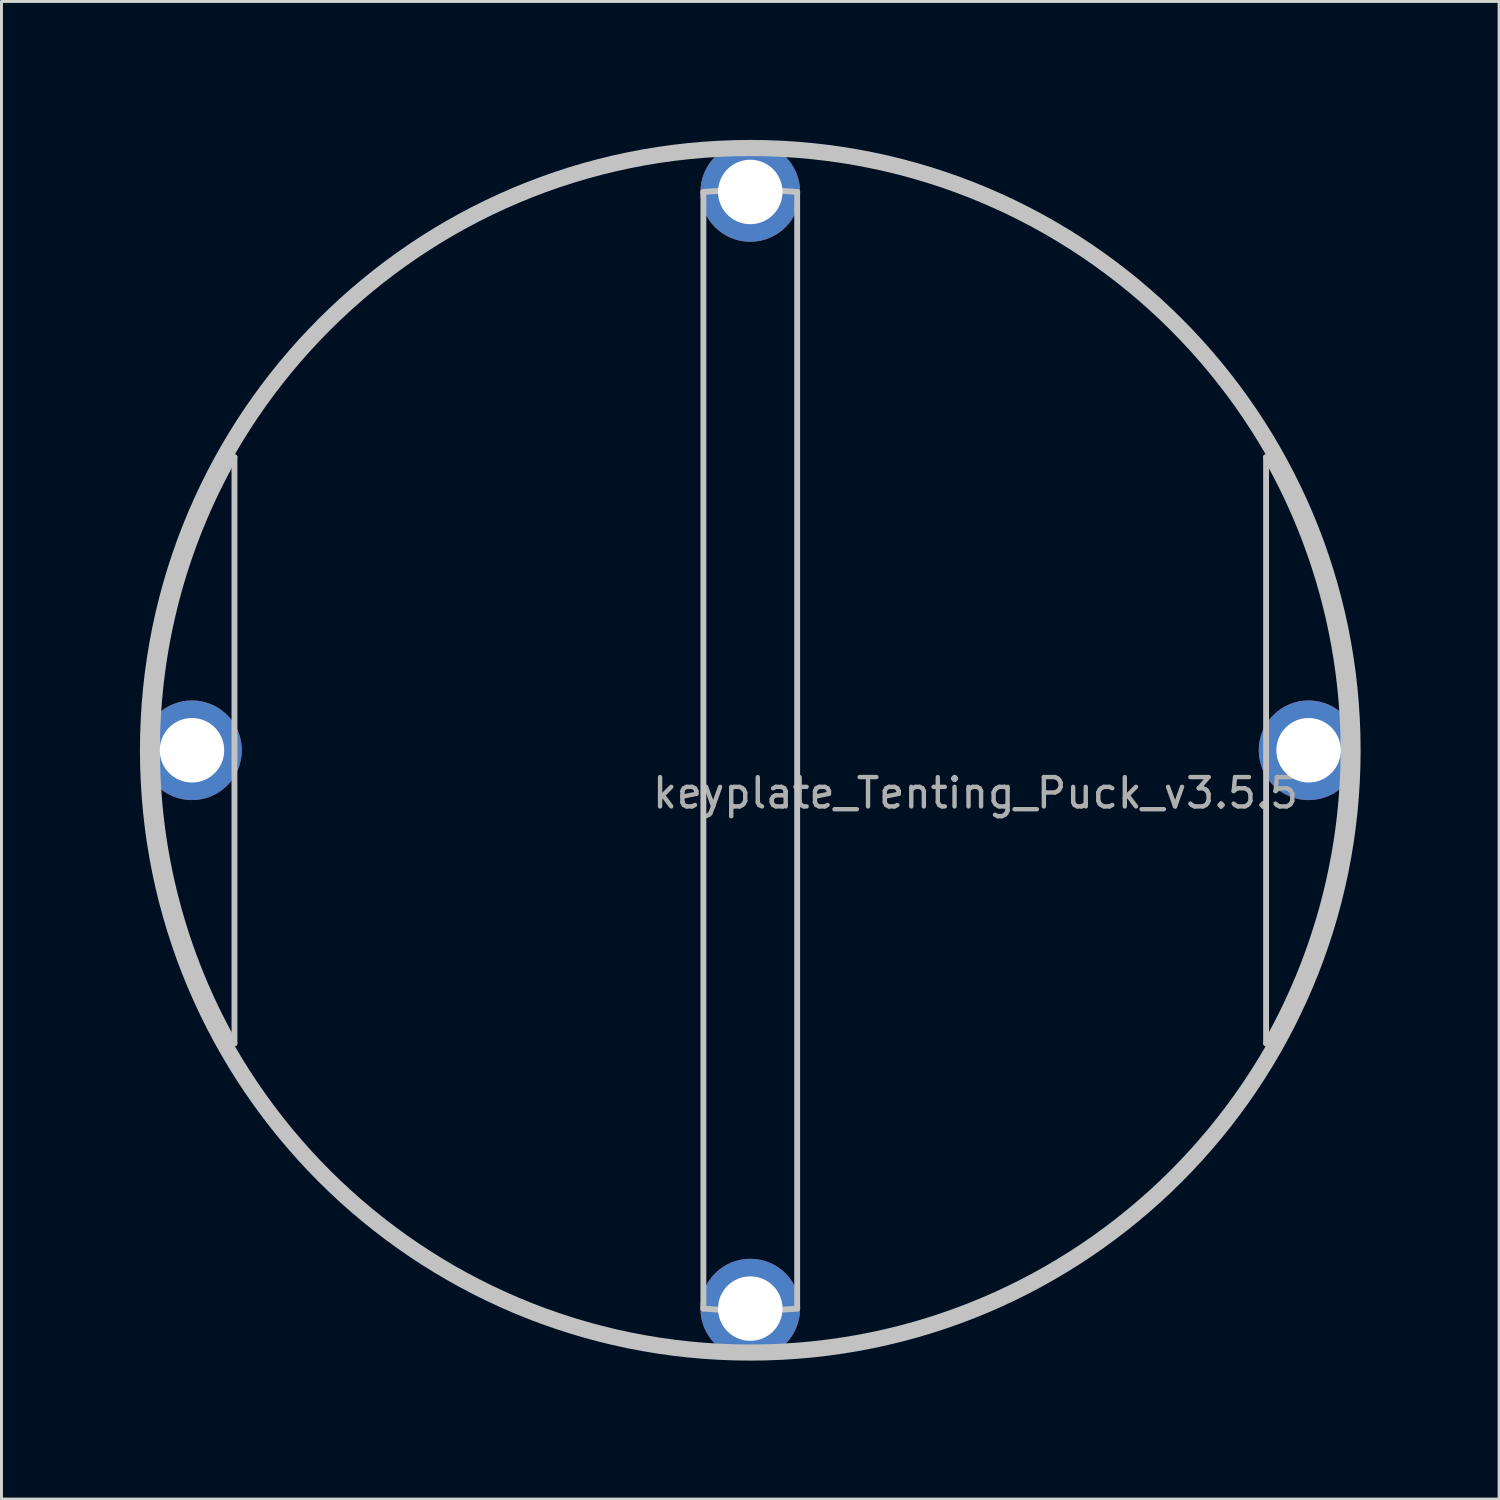
<source format=kicad_pcb>
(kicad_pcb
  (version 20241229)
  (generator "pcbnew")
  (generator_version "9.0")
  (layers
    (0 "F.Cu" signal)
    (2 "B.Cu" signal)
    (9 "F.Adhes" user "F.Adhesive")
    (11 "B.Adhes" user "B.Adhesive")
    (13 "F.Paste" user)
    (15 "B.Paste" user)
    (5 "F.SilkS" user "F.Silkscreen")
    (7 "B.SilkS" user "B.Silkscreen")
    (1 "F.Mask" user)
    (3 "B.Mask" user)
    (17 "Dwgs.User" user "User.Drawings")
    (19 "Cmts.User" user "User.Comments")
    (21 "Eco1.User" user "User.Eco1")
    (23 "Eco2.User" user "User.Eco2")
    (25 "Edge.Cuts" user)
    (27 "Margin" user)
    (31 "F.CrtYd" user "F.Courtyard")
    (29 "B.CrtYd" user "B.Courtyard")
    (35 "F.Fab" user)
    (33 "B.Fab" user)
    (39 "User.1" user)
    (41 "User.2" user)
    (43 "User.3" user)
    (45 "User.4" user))
  (footprint "keyplate_Tenting_Puck_v3.5.5"
    (layer "F.Cu")
    (at 22.55 22.55)
    (property "Reference" "keyplate_Tenting_Puck_v3.5.5" (at 7.684 1.46 0) (layer "F.Fab") (effects (font (size 1 1) (thickness 0.15))))
    (attr through_hole)
    (fp_line (start -17.6 10) (end -17.6 -10) (stroke (width 0.2) (type solid)) (layer "Dwgs.User"))
    (fp_line (start -1.6 19.05) (end -1.6 -19.05) (stroke (width 0.2) (type solid)) (layer "Dwgs.User"))
    (fp_line (start 1.6 19.05) (end 1.6 -19.05) (stroke (width 0.2) (type solid)) (layer "Dwgs.User"))
    (fp_line (start 17.6 10) (end 17.6 -10) (stroke (width 0.2) (type solid)) (layer "Dwgs.User"))
    (fp_arc (start -17.6 10) (mid -20.242529 0) (end -17.6 -10) (stroke (width 0.2) (type default)) (layer "Dwgs.User"))
    (fp_arc (start -1.6 -19.049999) (mid 0 -19.117073) (end 1.6 -19.049999) (stroke (width 0.2) (type default)) (layer "Dwgs.User"))
    (fp_arc (start 1.6 19.049999) (mid 0 19.117073) (end -1.6 19.049999) (stroke (width 0.2) (type default)) (layer "Dwgs.User"))
    (fp_arc (start 17.6 -10) (mid 20.242529 0) (end 17.6 10) (stroke (width 0.2) (type default)) (layer "Dwgs.User"))
    (fp_circle (center 0 0) (end 20.55 0) (stroke (width 0.55) (type solid)) (fill no) (layer "Dwgs.User"))
    (fp_circle (center -19.05 0) (end -17.3 0) (stroke (width 0.12) (type default)) (fill no) (layer "User.3"))
    (fp_circle (center 0 -19.05) (end 1.75 -19.05) (stroke (width 0.12) (type default)) (fill no) (layer "User.3"))
    (fp_circle (center 0 19.05) (end 1.75 19.05) (stroke (width 0.12) (type default)) (fill no) (layer "User.3"))
    (fp_circle (center 19.05 0) (end 20.8 0) (stroke (width 0.12) (type default)) (fill no) (layer "User.3"))
    (fp_circle (center -19.05 0) (end -17.3 0) (stroke (width 0.12) (type default)) (fill no) (layer "User.4"))
    (fp_circle (center 0 -19.05) (end 1.75 -19.05) (stroke (width 0.12) (type default)) (fill no) (layer "User.4"))
    (fp_circle (center 0 19.05) (end 1.75 19.05) (stroke (width 0.12) (type default)) (fill no) (layer "User.4"))
    (fp_circle (center 19.05 0) (end 20.8 0) (stroke (width 0.12) (type default)) (fill no) (layer "User.4"))
    (fp_circle (center -19 0) (end -16.8 0) (stroke (width 0.1) (type default)) (fill no) (layer "User.5"))
    (fp_circle (center 0 -19) (end 2.2 -19) (stroke (width 0.1) (type default)) (fill no) (layer "User.5"))
    (fp_circle (center 0 19) (end 2.2 19) (stroke (width 0.1) (type default)) (fill no) (layer "User.5"))
    (fp_circle (center 19 0) (end 21.2 0) (stroke (width 0.1) (type default)) (fill no) (layer "User.5"))
    (fp_circle (center 0 0) (end 22.5 0) (stroke (width 0.1) (type solid)) (fill no) (layer "User.6"))
    (fp_circle (center 0 0) (end 22.5 0) (stroke (width 0.1) (type solid)) (fill no) (layer "User.9"))
    (pad "1" thru_hole circle (at -19.05 0) (size 3.4 3.4) (drill 2.2) (layers "*.Cu" "*.Mask"))
    (pad "1" thru_hole circle (at 0 -19.05) (size 3.4 3.4) (drill 2.2) (layers "*.Cu" "*.Mask"))
    (pad "1" thru_hole circle (at 0 19.05) (size 3.4 3.4) (drill 2.2) (layers "*.Cu" "*.Mask"))
    (pad "1" thru_hole circle (at 19.05 0) (size 3.4 3.4) (drill 2.2) (layers "*.Cu" "*.Mask")))
  (gr_rect
    (start -3 -3)
    (end 48.1 48.1)
    (stroke (width 0.1) (type default))
    (fill no)
    (layer "Edge.Cuts")))
</source>
